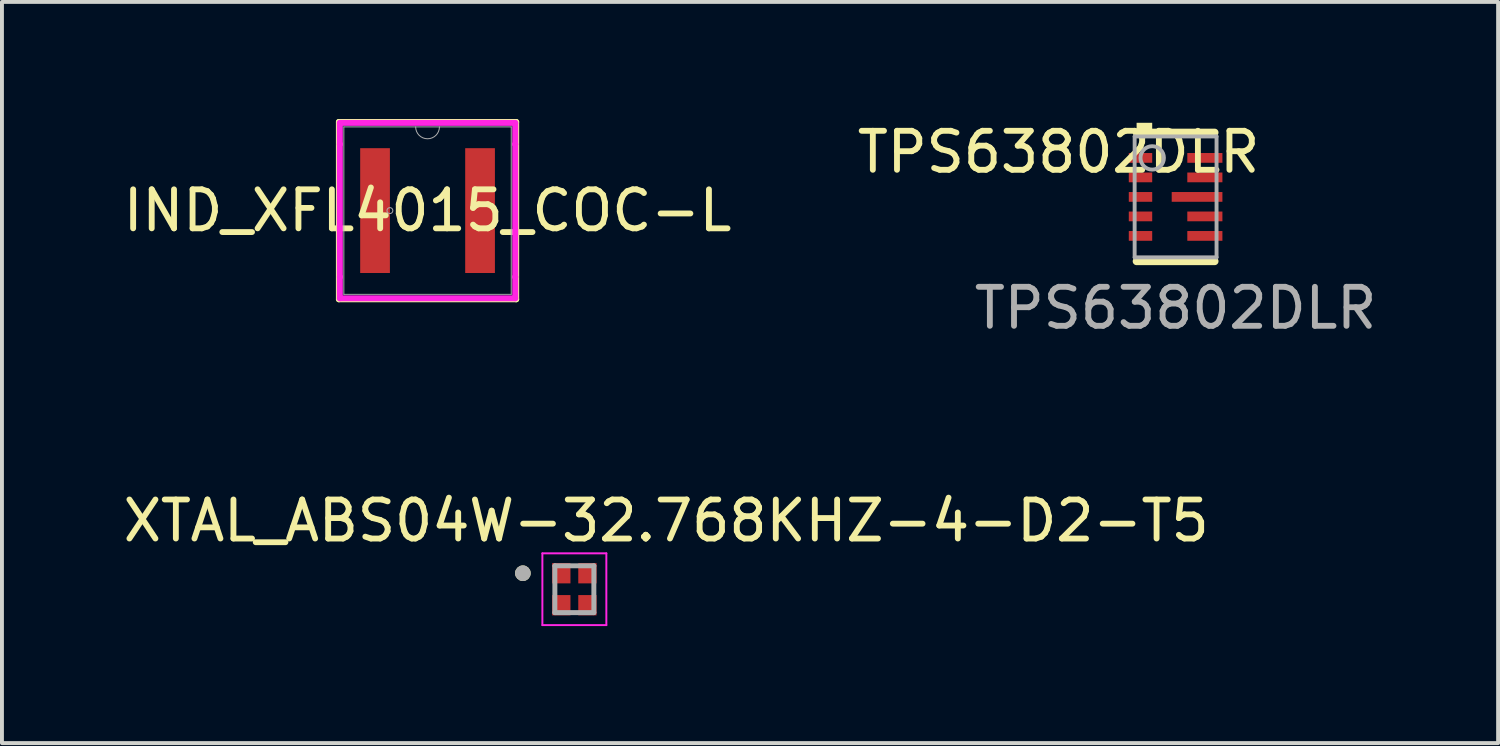
<source format=kicad_pcb>
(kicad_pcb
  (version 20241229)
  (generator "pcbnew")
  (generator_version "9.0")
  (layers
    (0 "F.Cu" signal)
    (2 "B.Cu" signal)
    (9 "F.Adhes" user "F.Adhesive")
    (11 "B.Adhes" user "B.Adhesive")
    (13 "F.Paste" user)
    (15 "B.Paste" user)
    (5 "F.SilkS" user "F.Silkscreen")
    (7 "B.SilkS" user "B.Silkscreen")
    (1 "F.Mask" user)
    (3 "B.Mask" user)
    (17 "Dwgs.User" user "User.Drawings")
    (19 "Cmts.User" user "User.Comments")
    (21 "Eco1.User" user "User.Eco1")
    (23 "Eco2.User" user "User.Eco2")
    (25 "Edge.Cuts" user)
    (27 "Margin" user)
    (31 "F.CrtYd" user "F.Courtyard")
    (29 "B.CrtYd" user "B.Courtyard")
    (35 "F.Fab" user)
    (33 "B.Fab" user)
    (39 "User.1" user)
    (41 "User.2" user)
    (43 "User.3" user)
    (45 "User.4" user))
  (footprint "IND_XFL4015_COC-L"
    (layer "F.Cu")
    (at 7.911 6.203)
    (property "Reference" "IND_XFL4015_COC-L" (at 0 -3.854 0) (unlocked yes) (layer "F.SilkS") (effects (font (size 1 1) (thickness 0.15))))
    (attr smd)
    (fp_line (start -2.273 -6.127) (end -2.273 -1.58) (stroke (width 0.152) (type solid)) (layer "F.SilkS"))
    (fp_line (start -2.273 -1.58) (end 2.273 -1.58) (stroke (width 0.152) (type solid)) (layer "F.SilkS"))
    (fp_line (start 2.273 -6.127) (end -2.273 -6.127) (stroke (width 0.152) (type solid)) (layer "F.SilkS"))
    (fp_line (start 2.273 -1.58) (end 2.273 -6.127) (stroke (width 0.152) (type solid)) (layer "F.SilkS"))
    (fp_line (start -2.248 -6.102) (end 2.248 -6.102) (stroke (width 0.152) (type solid)) (layer "F.CrtYd"))
    (fp_line (start -2.248 -5.556) (end -2.248 -6.102) (stroke (width 0.152) (type solid)) (layer "F.CrtYd"))
    (fp_line (start -2.248 -5.556) (end -2.248 -5.556) (stroke (width 0.152) (type solid)) (layer "F.CrtYd"))
    (fp_line (start -2.248 -2.152) (end -2.248 -5.556) (stroke (width 0.152) (type solid)) (layer "F.CrtYd"))
    (fp_line (start -2.248 -2.152) (end -2.248 -2.152) (stroke (width 0.152) (type solid)) (layer "F.CrtYd"))
    (fp_line (start -2.248 -1.606) (end -2.248 -2.152) (stroke (width 0.152) (type solid)) (layer "F.CrtYd"))
    (fp_line (start 2.248 -6.102) (end 2.248 -5.556) (stroke (width 0.152) (type solid)) (layer "F.CrtYd"))
    (fp_line (start 2.248 -5.556) (end 2.248 -5.556) (stroke (width 0.152) (type solid)) (layer "F.CrtYd"))
    (fp_line (start 2.248 -5.556) (end 2.248 -2.152) (stroke (width 0.152) (type solid)) (layer "F.CrtYd"))
    (fp_line (start 2.248 -2.152) (end 2.248 -2.152) (stroke (width 0.152) (type solid)) (layer "F.CrtYd"))
    (fp_line (start 2.248 -2.152) (end 2.248 -1.606) (stroke (width 0.152) (type solid)) (layer "F.CrtYd"))
    (fp_line (start 2.248 -1.606) (end -2.248 -1.606) (stroke (width 0.152) (type solid)) (layer "F.CrtYd"))
    (fp_line (start -2.146 -6) (end -2.146 -1.707) (stroke (width 0.025) (type solid)) (layer "F.Fab"))
    (fp_line (start -2.146 -1.707) (end 2.146 -1.707) (stroke (width 0.025) (type solid)) (layer "F.Fab"))
    (fp_line (start 2.146 -6) (end -2.146 -6) (stroke (width 0.025) (type solid)) (layer "F.Fab"))
    (fp_line (start 2.146 -1.707) (end 2.146 -6) (stroke (width 0.025) (type solid)) (layer "F.Fab"))
    (fp_arc (start 0.3048 -6) (mid 0 -5.6952) (end -0.3048 -6) (stroke (width 0.0254) (type solid)) (layer "F.Fab"))
    (fp_circle (center -0.965 -3.854) (end -0.889 -3.854) (stroke (width 0.025) (type solid)) (fill no) (layer "F.Fab"))
    (pad "1" smd rect (at -1.346 -3.854) (size 0.762 3.2) (layers "F.Cu" "F.Mask" "F.Paste"))
    (pad "2" smd rect (at 1.346 -3.854) (size 0.762 3.2) (layers "F.Cu" "F.Mask" "F.Paste")))
  (footprint "XTAL_ABS04W-32.768KHZ-4-D2-T5"
    (layer "F.Cu")
    (at 11.675 12.056)
    (property "Reference" "XTAL_ABS04W-32.768KHZ-4-D2-T5" (at 2.355 -1.755 0) (layer "F.SilkS") (effects (font (size 1 1) (thickness 0.15))))
    (attr smd)
    (fp_circle (center -1.32 -0.41) (end -1.22 -0.41) (stroke (width 0.2) (type solid)) (fill no) (layer "F.SilkS"))
    (fp_line (start -0.82 -0.92) (end -0.82 0.92) (stroke (width 0.05) (type solid)) (layer "F.CrtYd"))
    (fp_line (start -0.82 -0.92) (end 0.82 -0.92) (stroke (width 0.05) (type solid)) (layer "F.CrtYd"))
    (fp_line (start 0.82 -0.92) (end 0.82 0.92) (stroke (width 0.05) (type solid)) (layer "F.CrtYd"))
    (fp_line (start 0.82 0.92) (end -0.82 0.92) (stroke (width 0.05) (type solid)) (layer "F.CrtYd"))
    (fp_line (start -0.5 -0.6) (end -0.5 0.6) (stroke (width 0.127) (type solid)) (layer "F.Fab"))
    (fp_line (start -0.5 -0.6) (end 0.5 -0.6) (stroke (width 0.127) (type solid)) (layer "F.Fab"))
    (fp_line (start 0.5 -0.6) (end 0.5 0.6) (stroke (width 0.127) (type solid)) (layer "F.Fab"))
    (fp_line (start 0.5 0.6) (end -0.5 0.6) (stroke (width 0.127) (type solid)) (layer "F.Fab"))
    (fp_circle (center -1.32 -0.41) (end -1.22 -0.41) (stroke (width 0.2) (type solid)) (fill no) (layer "F.Fab"))
    (pad "1" smd rect (at -0.335 -0.41) (size 0.47 0.52) (layers "F.Cu" "F.Mask" "F.Paste"))
    (pad "2" smd rect (at -0.335 0.41) (size 0.47 0.52) (layers "F.Cu" "F.Mask" "F.Paste"))
    (pad "3" smd rect (at 0.335 0.41) (size 0.47 0.52) (layers "F.Cu" "F.Mask" "F.Paste"))
    (pad "4" smd rect (at 0.335 -0.41) (size 0.47 0.52) (layers "F.Cu" "F.Mask" "F.Paste")))
  (footprint "TPS63802DLR"
    (layer "F.Cu")
    (at 27.089 4.848)
    (property "Reference" "TPS63802DLR" (at -3 -4 0) (unlocked yes) (layer "F.SilkS") (effects (font (size 1 1) (thickness 0.15))))
    (attr smd)
    (fp_line (start -1 -4.5) (end 1 -4.5) (stroke (width 0.2) (type solid)) (layer "F.SilkS"))
    (fp_line (start -1 -1.2) (end 1 -1.2) (stroke (width 0.2) (type solid)) (layer "F.SilkS"))
    (fp_poly (pts (xy -1 -4.5) (xy -0.6 -4.5) (xy -0.6 -4.75) (xy -1 -4.75)) (stroke (width 0) (type solid)) (fill yes) (layer "F.SilkS"))
    (fp_poly (pts (xy -0.1 -2.775) (xy -0.1 -2.925) (xy -0.05 -2.975) (xy 0.4 -2.975) (xy 0.45 -2.925) (xy 0.45 -2.775) (xy 0.4 -2.725) (xy -0.05 -2.725)) (stroke (width 0) (type solid)) (fill yes) (layer "F.Paste"))
    (fp_poly (pts (xy 0.65 -2.775) (xy 0.65 -2.925) (xy 0.7 -2.975) (xy 1.15 -2.975) (xy 1.2 -2.925) (xy 1.2 -2.775) (xy 1.15 -2.725) (xy 0.7 -2.725)) (stroke (width 0) (type solid)) (fill yes) (layer "F.Paste"))
    (fp_line (start -1.05 -4.4) (end 1.05 -4.4) (stroke (width 0.1) (type solid)) (layer "F.Fab"))
    (fp_line (start -1.05 -1.3) (end -1.05 -4.4) (stroke (width 0.1) (type solid)) (layer "F.Fab"))
    (fp_line (start -1.05 -1.3) (end 1.05 -1.3) (stroke (width 0.1) (type solid)) (layer "F.Fab"))
    (fp_line (start 1.05 -1.3) (end 1.05 -4.4) (stroke (width 0.1) (type solid)) (layer "F.Fab"))
    (fp_circle (center -0.6 -3.85) (end -0.3 -3.85) (stroke (width 0.1) (type solid)) (fill no) (layer "F.Fab"))
    (fp_text user "${REFERENCE}" (at 0 0 0) (unlocked yes) (layer "F.Fab") (effects (font (size 1 1) (thickness 0.15))))
    (pad "1" smd rect (at -0.9 -3.85) (size 0.6 0.25) (layers "F.Cu" "F.Mask" "F.Paste"))
    (pad "2" smd rect (at -0.9 -3.35) (size 0.6 0.25) (layers "F.Cu" "F.Mask" "F.Paste"))
    (pad "3" smd rect (at -0.9 -2.85) (size 0.6 0.25) (layers "F.Cu" "F.Mask" "F.Paste"))
    (pad "4" smd rect (at -0.9 -2.35) (size 0.6 0.25) (layers "F.Cu" "F.Mask" "F.Paste"))
    (pad "5" smd rect (at -0.9 -1.85) (size 0.6 0.25) (layers "F.Cu" "F.Mask" "F.Paste"))
    (pad "6" smd rect (at 0.75 -1.85) (size 0.9 0.25) (layers "F.Cu" "F.Mask" "F.Paste"))
    (pad "7" smd rect (at 0.75 -2.35) (size 0.9 0.25) (layers "F.Cu" "F.Mask" "F.Paste"))
    (pad "8" smd rect (at 0.55 -2.85) (size 1.3 0.25) (layers "F.Cu" "F.Mask"))
    (pad "9" smd rect (at 0.75 -3.35) (size 0.9 0.25) (layers "F.Cu" "F.Mask" "F.Paste"))
    (pad "10" smd rect (at 0.75 -3.85) (size 0.9 0.25) (layers "F.Cu" "F.Mask" "F.Paste")))
  (gr_rect
    (start -3 -3)
    (end 35.357 16.001)
    (stroke (width 0.1) (type default))
    (fill no)
    (layer "Edge.Cuts")))
</source>
